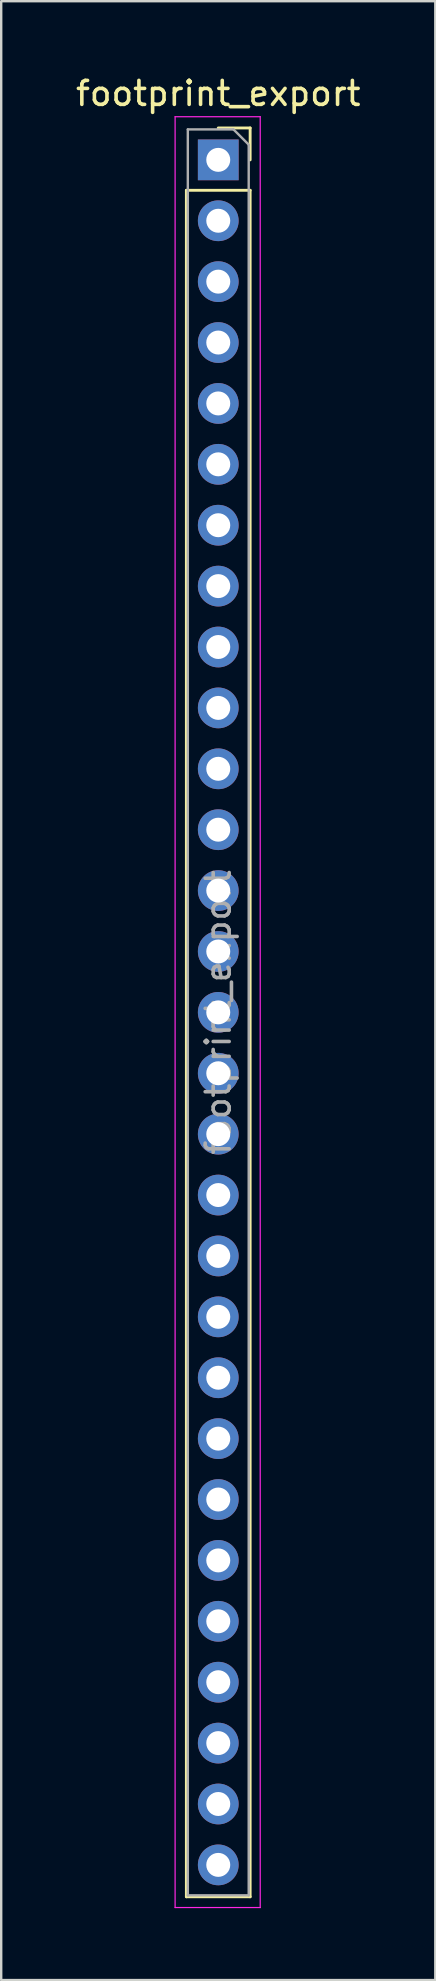
<source format=kicad_pcb>
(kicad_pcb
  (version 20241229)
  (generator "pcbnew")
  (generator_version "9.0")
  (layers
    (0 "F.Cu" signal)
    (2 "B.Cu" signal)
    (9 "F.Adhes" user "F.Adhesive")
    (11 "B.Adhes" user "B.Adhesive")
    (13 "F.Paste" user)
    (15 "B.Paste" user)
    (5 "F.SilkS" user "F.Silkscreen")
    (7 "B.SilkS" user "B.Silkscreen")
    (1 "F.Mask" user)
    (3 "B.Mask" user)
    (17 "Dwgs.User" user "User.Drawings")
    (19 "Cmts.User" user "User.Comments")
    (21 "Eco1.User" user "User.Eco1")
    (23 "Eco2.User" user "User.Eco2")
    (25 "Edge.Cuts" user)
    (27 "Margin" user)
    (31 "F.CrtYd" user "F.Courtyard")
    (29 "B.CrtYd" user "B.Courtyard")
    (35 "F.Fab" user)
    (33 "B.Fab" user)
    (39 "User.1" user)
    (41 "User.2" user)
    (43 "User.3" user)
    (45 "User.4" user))
  (footprint "footprint_export"
    (layer "F.Cu")
    (at 6.054 3.618)
    (property "Reference" "footprint_export" (at 0 -2.77 0) (layer "F.SilkS") (effects (font (size 1 1) (thickness 0.15))))
    (attr through_hole)
    (fp_line (start -1.33 1.27) (end -1.33 72.45) (stroke (width 0.12) (type solid)) (layer "F.SilkS"))
    (fp_line (start -1.33 1.27) (end 1.33 1.27) (stroke (width 0.12) (type solid)) (layer "F.SilkS"))
    (fp_line (start -1.33 72.45) (end 1.33 72.45) (stroke (width 0.12) (type solid)) (layer "F.SilkS"))
    (fp_line (start 0 -1.33) (end 1.33 -1.33) (stroke (width 0.12) (type solid)) (layer "F.SilkS"))
    (fp_line (start 1.33 -1.33) (end 1.33 0) (stroke (width 0.12) (type solid)) (layer "F.SilkS"))
    (fp_line (start 1.33 1.27) (end 1.33 72.45) (stroke (width 0.12) (type solid)) (layer "F.SilkS"))
    (fp_line (start -1.8 -1.8) (end 1.75 -1.8) (stroke (width 0.05) (type solid)) (layer "F.CrtYd"))
    (fp_line (start -1.8 72.9) (end -1.8 -1.8) (stroke (width 0.05) (type solid)) (layer "F.CrtYd"))
    (fp_line (start 1.75 -1.8) (end 1.75 72.9) (stroke (width 0.05) (type solid)) (layer "F.CrtYd"))
    (fp_line (start 1.75 72.9) (end -1.8 72.9) (stroke (width 0.05) (type solid)) (layer "F.CrtYd"))
    (fp_line (start -1.27 -1.27) (end 0.635 -1.27) (stroke (width 0.1) (type solid)) (layer "F.Fab"))
    (fp_line (start -1.27 72.39) (end -1.27 -1.27) (stroke (width 0.1) (type solid)) (layer "F.Fab"))
    (fp_line (start 0.635 -1.27) (end 1.27 -0.635) (stroke (width 0.1) (type solid)) (layer "F.Fab"))
    (fp_line (start 1.27 -0.635) (end 1.27 72.39) (stroke (width 0.1) (type solid)) (layer "F.Fab"))
    (fp_line (start 1.27 72.39) (end -1.27 72.39) (stroke (width 0.1) (type solid)) (layer "F.Fab"))
    (fp_text user "${REFERENCE}" (at 0 35.56 90) (layer "F.Fab") (effects (font (size 1 1) (thickness 0.15))))
    (pad "1" thru_hole rect (at 0 0) (size 1.7 1.7) (drill 1) (layers "*.Cu" "*.Mask"))
    (pad "2" thru_hole oval (at 0 2.54) (size 1.7 1.7) (drill 1) (layers "*.Cu" "*.Mask"))
    (pad "3" thru_hole oval (at 0 5.08) (size 1.7 1.7) (drill 1) (layers "*.Cu" "*.Mask"))
    (pad "4" thru_hole oval (at 0 7.62) (size 1.7 1.7) (drill 1) (layers "*.Cu" "*.Mask"))
    (pad "5" thru_hole oval (at 0 10.16) (size 1.7 1.7) (drill 1) (layers "*.Cu" "*.Mask"))
    (pad "6" thru_hole oval (at 0 12.7) (size 1.7 1.7) (drill 1) (layers "*.Cu" "*.Mask"))
    (pad "7" thru_hole oval (at 0 15.24) (size 1.7 1.7) (drill 1) (layers "*.Cu" "*.Mask"))
    (pad "8" thru_hole oval (at 0 17.78) (size 1.7 1.7) (drill 1) (layers "*.Cu" "*.Mask"))
    (pad "9" thru_hole oval (at 0 20.32) (size 1.7 1.7) (drill 1) (layers "*.Cu" "*.Mask"))
    (pad "10" thru_hole oval (at 0 22.86) (size 1.7 1.7) (drill 1) (layers "*.Cu" "*.Mask"))
    (pad "11" thru_hole oval (at 0 25.4) (size 1.7 1.7) (drill 1) (layers "*.Cu" "*.Mask"))
    (pad "12" thru_hole oval (at 0 27.94) (size 1.7 1.7) (drill 1) (layers "*.Cu" "*.Mask"))
    (pad "13" thru_hole oval (at 0 30.48) (size 1.7 1.7) (drill 1) (layers "*.Cu" "*.Mask"))
    (pad "14" thru_hole oval (at 0 33.02) (size 1.7 1.7) (drill 1) (layers "*.Cu" "*.Mask"))
    (pad "15" thru_hole oval (at 0 35.56) (size 1.7 1.7) (drill 1) (layers "*.Cu" "*.Mask"))
    (pad "16" thru_hole oval (at 0 38.1) (size 1.7 1.7) (drill 1) (layers "*.Cu" "*.Mask"))
    (pad "17" thru_hole oval (at 0 40.64) (size 1.7 1.7) (drill 1) (layers "*.Cu" "*.Mask"))
    (pad "18" thru_hole oval (at 0 43.18) (size 1.7 1.7) (drill 1) (layers "*.Cu" "*.Mask"))
    (pad "19" thru_hole oval (at 0 45.72) (size 1.7 1.7) (drill 1) (layers "*.Cu" "*.Mask"))
    (pad "20" thru_hole oval (at 0 48.26) (size 1.7 1.7) (drill 1) (layers "*.Cu" "*.Mask"))
    (pad "21" thru_hole oval (at 0 50.8) (size 1.7 1.7) (drill 1) (layers "*.Cu" "*.Mask"))
    (pad "22" thru_hole oval (at 0 53.34) (size 1.7 1.7) (drill 1) (layers "*.Cu" "*.Mask"))
    (pad "23" thru_hole oval (at 0 55.88) (size 1.7 1.7) (drill 1) (layers "*.Cu" "*.Mask"))
    (pad "24" thru_hole oval (at 0 58.42) (size 1.7 1.7) (drill 1) (layers "*.Cu" "*.Mask"))
    (pad "25" thru_hole oval (at 0 60.96) (size 1.7 1.7) (drill 1) (layers "*.Cu" "*.Mask"))
    (pad "26" thru_hole oval (at 0 63.5) (size 1.7 1.7) (drill 1) (layers "*.Cu" "*.Mask"))
    (pad "27" thru_hole oval (at 0 66.04) (size 1.7 1.7) (drill 1) (layers "*.Cu" "*.Mask"))
    (pad "28" thru_hole oval (at 0 68.58) (size 1.7 1.7) (drill 1) (layers "*.Cu" "*.Mask"))
    (pad "29" thru_hole oval (at 0 71.12) (size 1.7 1.7) (drill 1) (layers "*.Cu" "*.Mask")))
  (gr_rect
    (start -3 -3)
    (end 15.107 79.543)
    (stroke (width 0.1) (type default))
    (fill no)
    (layer "Edge.Cuts")))
</source>
